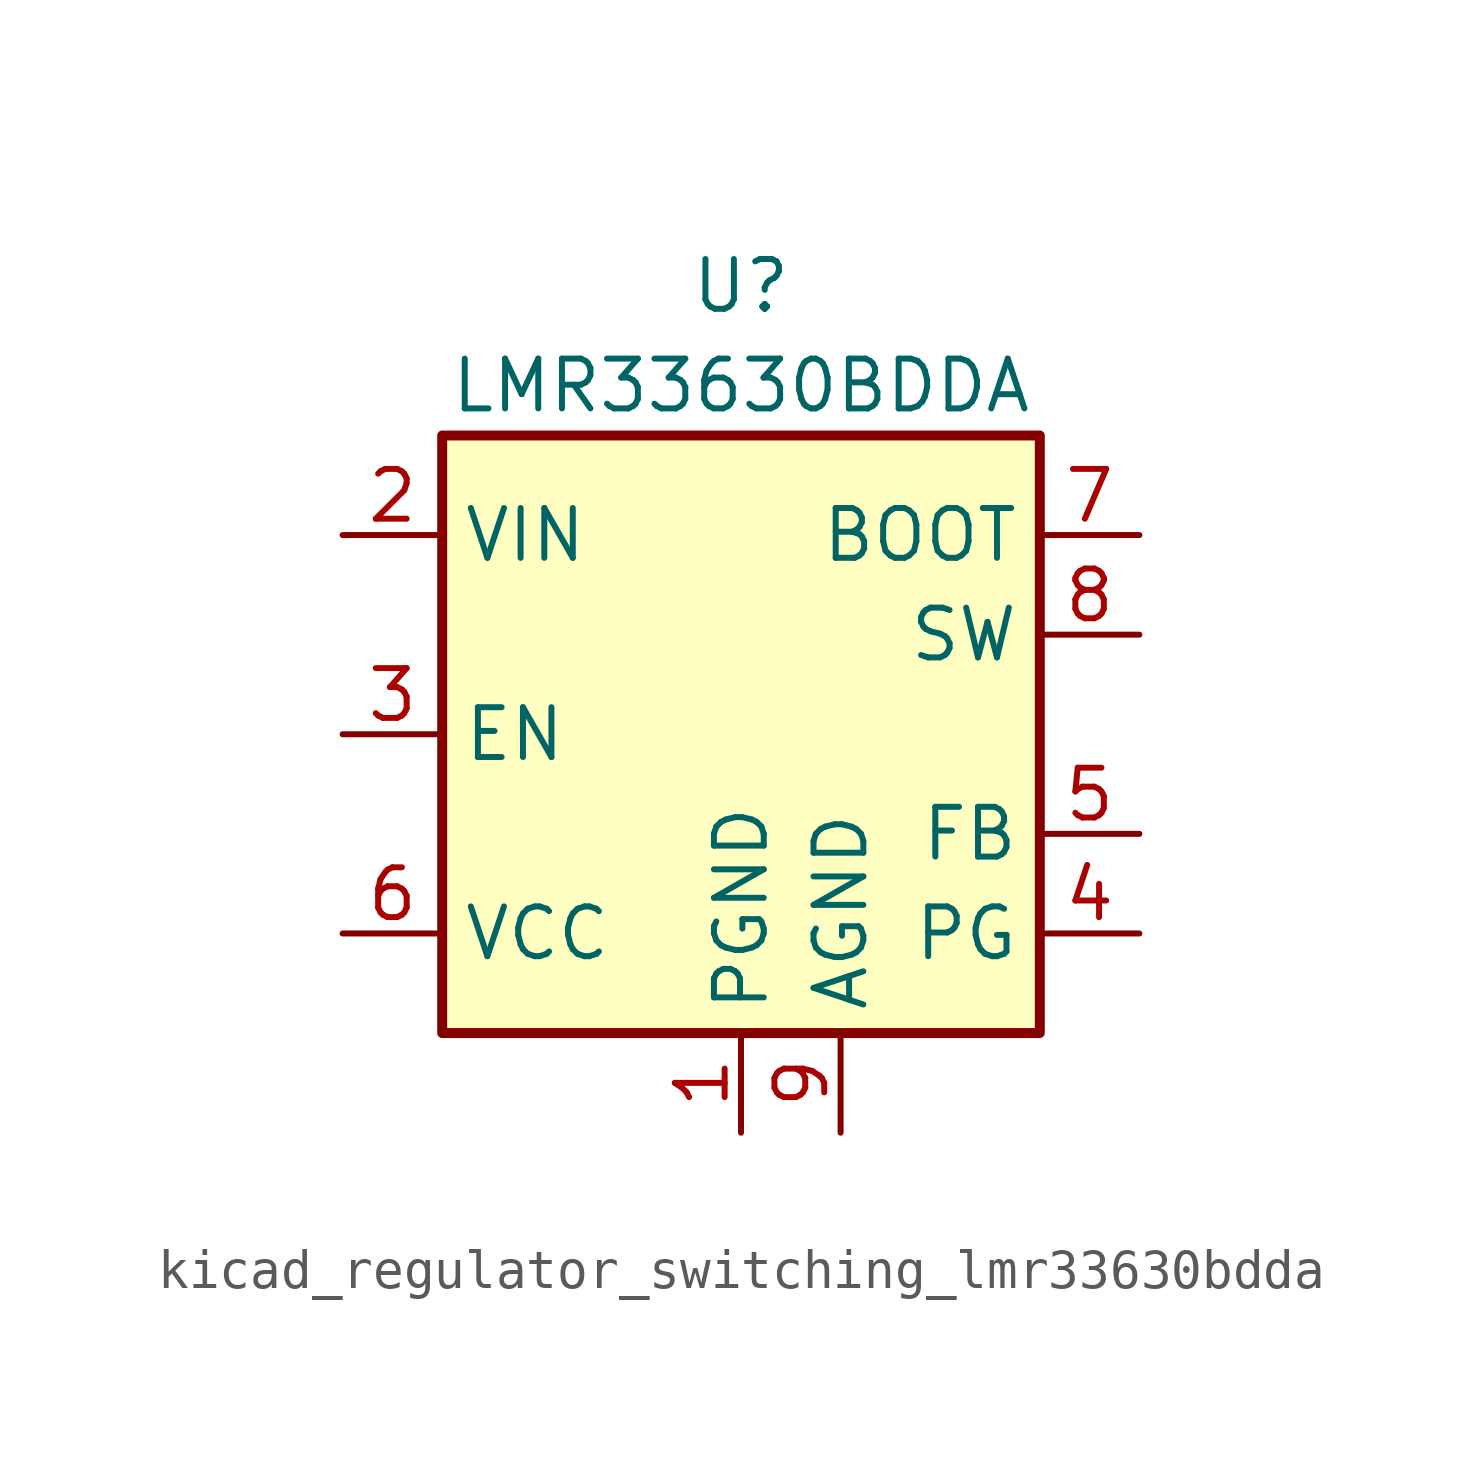
<source format=kicad_sym>
(kicad_symbol_lib
  (version 20220914)
  (generator kicad_symbol_editor)
  (symbol "kicad_regulator_switching_lmr33630bdda"
    (property "Reference" "U"
      (at 0 11.43 0)
      (effects (font (size 1.27 1.27))))
    (property "Value" "LMR33630BDDA"
      (at 0 8.89 0)
      (effects (font (size 1.27 1.27))))
    (symbol "kicad_regulator_switching_lmr33630bdda_0_1"
      (rectangle (start -7.62 7.62) (end 7.62 -7.62) (stroke (width 0.254) (type default)) (fill (type background))))
    (symbol "kicad_regulator_switching_lmr33630bdda_1_1"
      (pin power_in line (at 0 -10.16 90) (length 2.54) (name "PGND" (effects (font (size 1.27 1.27)))) (number "1" (effects (font (size 1.27 1.27)))))
      (pin power_in line (at -10.16 5.08 0) (length 2.54) (name "VIN" (effects (font (size 1.27 1.27)))) (number "2" (effects (font (size 1.27 1.27)))))
      (pin input line (at -10.16 0 0) (length 2.54) (name "EN" (effects (font (size 1.27 1.27)))) (number "3" (effects (font (size 1.27 1.27)))))
      (pin open_collector line (at 10.16 -5.08 180) (length 2.54) (name "PG" (effects (font (size 1.27 1.27)))) (number "4" (effects (font (size 1.27 1.27)))))
      (pin input line (at 10.16 -2.54 180) (length 2.54) (name "FB" (effects (font (size 1.27 1.27)))) (number "5" (effects (font (size 1.27 1.27)))))
      (pin power_out line (at -10.16 -5.08 0) (length 2.54) (name "VCC" (effects (font (size 1.27 1.27)))) (number "6" (effects (font (size 1.27 1.27)))))
      (pin input line (at 10.16 5.08 180) (length 2.54) (name "BOOT" (effects (font (size 1.27 1.27)))) (number "7" (effects (font (size 1.27 1.27)))))
      (pin output line (at 10.16 2.54 180) (length 2.54) (name "SW" (effects (font (size 1.27 1.27)))) (number "8" (effects (font (size 1.27 1.27)))))
      (pin power_in line (at 2.54 -10.16 90) (length 2.54) (name "AGND" (effects (font (size 1.27 1.27)))) (number "9" (effects (font (size 1.27 1.27))))))))
</source>
